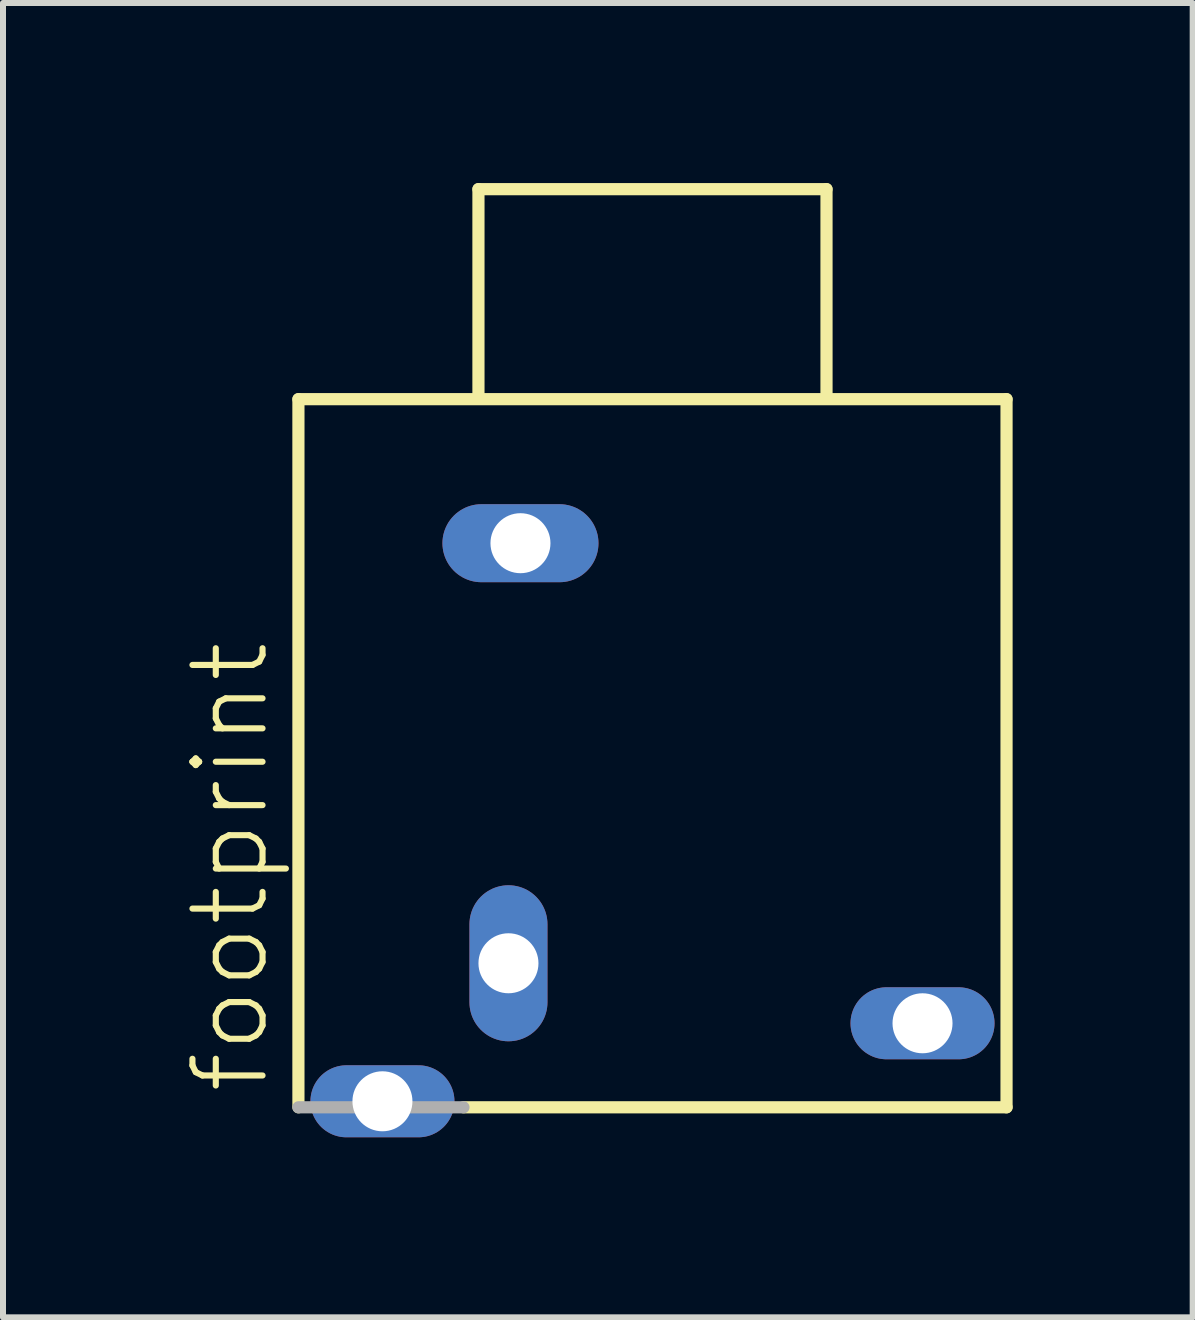
<source format=kicad_pcb>
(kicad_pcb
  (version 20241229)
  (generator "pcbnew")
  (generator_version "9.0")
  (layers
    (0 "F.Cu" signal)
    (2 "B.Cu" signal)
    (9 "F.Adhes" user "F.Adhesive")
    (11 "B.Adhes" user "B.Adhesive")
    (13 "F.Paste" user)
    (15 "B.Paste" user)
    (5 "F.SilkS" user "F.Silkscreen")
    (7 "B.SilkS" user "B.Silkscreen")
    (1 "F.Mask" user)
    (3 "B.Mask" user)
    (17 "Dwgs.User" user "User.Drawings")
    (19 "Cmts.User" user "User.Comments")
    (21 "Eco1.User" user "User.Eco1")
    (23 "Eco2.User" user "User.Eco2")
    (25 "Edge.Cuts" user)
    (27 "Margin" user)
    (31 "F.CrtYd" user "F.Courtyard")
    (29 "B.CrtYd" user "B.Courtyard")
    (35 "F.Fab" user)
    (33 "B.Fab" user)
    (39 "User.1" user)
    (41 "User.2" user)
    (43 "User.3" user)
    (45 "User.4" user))
  (footprint "footprint"
    (layer "F.Cu")
    (at 7.823 9.502)
    (property "Reference" "footprint" (at -6.35 5.715 90) (layer "F.SilkS") (effects (font (size 1.168 1.168) (thickness 0.102)) (justify left bottom)))
    (fp_line (start -5.9 -5.9) (end 5.9 -5.9) (stroke (width 0.203) (type solid)) (layer "F.SilkS"))
    (fp_line (start -5.9 5.9) (end -5.9 -5.9) (stroke (width 0.203) (type solid)) (layer "F.SilkS"))
    (fp_line (start -3.15 5.9) (end 5.9 5.9) (stroke (width 0.203) (type solid)) (layer "F.SilkS"))
    (fp_line (start -2.9 -9.4) (end 2.9 -9.4) (stroke (width 0.203) (type solid)) (layer "F.SilkS"))
    (fp_line (start -2.9 -6) (end -2.9 -9.4) (stroke (width 0.203) (type solid)) (layer "F.SilkS"))
    (fp_line (start 2.9 -9.4) (end 2.9 -6) (stroke (width 0.203) (type solid)) (layer "F.SilkS"))
    (fp_line (start 5.9 -5.9) (end 5.9 5.9) (stroke (width 0.203) (type solid)) (layer "F.SilkS"))
    (fp_line (start -5.9 5.9) (end -3.15 5.9) (stroke (width 0.203) (type solid)) (layer "F.Fab"))
    (pad "B" thru_hole oval (at -2.4 3.5 90) (size 2.6 1.3) (drill 1) (layers "*.Cu" "*.Mask"))
    (pad "R" thru_hole oval (at -4.5 5.8) (size 2.4 1.2) (drill 1) (layers "*.Cu" "*.Mask"))
    (pad "S" thru_hole oval (at -2.2 -3.5) (size 2.6 1.3) (drill 1) (layers "*.Cu" "*.Mask"))
    (pad "T" thru_hole oval (at 4.5 4.5) (size 2.4 1.2) (drill 1) (layers "*.Cu" "*.Mask")))
  (gr_rect
    (start -3 -3)
    (end 16.825 18.902)
    (stroke (width 0.1) (type default))
    (fill no)
    (layer "Edge.Cuts")))
</source>
